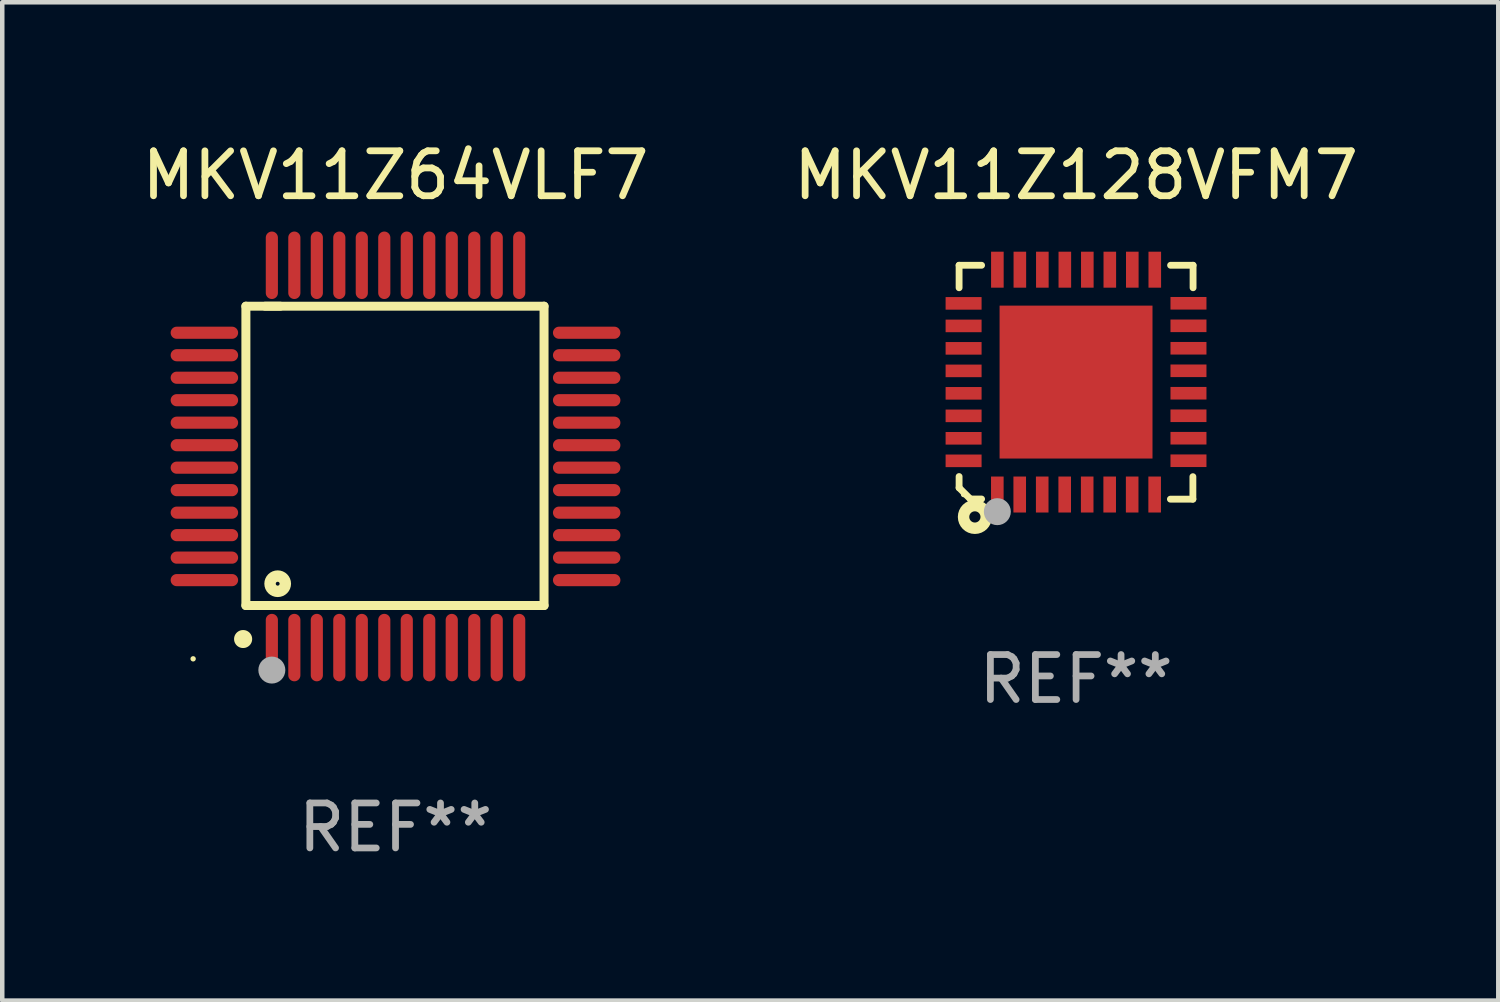
<source format=kicad_pcb>
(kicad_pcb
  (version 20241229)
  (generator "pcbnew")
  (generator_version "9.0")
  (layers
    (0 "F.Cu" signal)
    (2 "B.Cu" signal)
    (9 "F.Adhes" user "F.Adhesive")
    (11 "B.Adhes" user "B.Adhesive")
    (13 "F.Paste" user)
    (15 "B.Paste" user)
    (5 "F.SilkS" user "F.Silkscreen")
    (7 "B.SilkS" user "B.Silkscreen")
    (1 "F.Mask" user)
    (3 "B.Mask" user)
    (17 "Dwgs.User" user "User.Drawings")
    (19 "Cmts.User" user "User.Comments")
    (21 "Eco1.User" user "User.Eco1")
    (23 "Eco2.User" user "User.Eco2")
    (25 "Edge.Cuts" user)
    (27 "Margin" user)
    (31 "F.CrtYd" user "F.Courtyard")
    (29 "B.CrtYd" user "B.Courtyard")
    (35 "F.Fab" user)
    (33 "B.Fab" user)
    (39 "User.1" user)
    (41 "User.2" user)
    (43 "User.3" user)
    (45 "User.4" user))
  (footprint "MKV11Z64VLF7"
    (layer "F.Cu")
    (at 5.744 7.098)
    (property "Reference" "MKV11Z64VLF7" (at 0 -6.25 0) (layer "F.SilkS") (effects (font (size 1 1) (thickness 0.15))))
    (attr through_hole)
    (fp_line (start -3.327 -3.34) (end -2.565 -3.34) (stroke (width 0.2) (type solid)) (layer "F.SilkS"))
    (fp_line (start -3.327 3.315) (end -3.327 -3.34) (stroke (width 0.2) (type solid)) (layer "F.SilkS"))
    (fp_line (start -2.896 -3.34) (end 3.302 -3.34) (stroke (width 0.2) (type solid)) (layer "F.SilkS"))
    (fp_line (start 3.302 -3.34) (end 3.302 3.315) (stroke (width 0.2) (type solid)) (layer "F.SilkS"))
    (fp_line (start 3.302 3.315) (end -3.327 3.315) (stroke (width 0.2) (type solid)) (layer "F.SilkS"))
    (fp_arc (start -3.389992 4.059995) (mid -3.388722 4.059991) (end -3.387452 4.059995) (stroke (width 0.4) (type solid)) (layer "F.SilkS"))
    (fp_circle (center -4.5 4.5) (end -4.47 4.5) (stroke (width 0.06) (type solid)) (fill no) (layer "F.SilkS"))
    (fp_circle (center -2.62 2.83) (end -2.45 2.83) (stroke (width 0.254) (type solid)) (fill no) (layer "F.SilkS"))
    (fp_circle (center -2.75 4.75) (end -2.6 4.75) (stroke (width 0.3) (type solid)) (fill no) (layer "F.Fab"))
    (fp_text user "REF**" (at 0 8.25 0) (layer "F.Fab") (effects (font (size 1 1) (thickness 0.15))))
    (pad "1" smd oval (at -2.75 4.25) (size 0.27 1.5) (layers "F.Cu" "F.Mask" "F.Paste"))
    (pad "2" smd oval (at -2.25 4.25) (size 0.27 1.5) (layers "F.Cu" "F.Mask" "F.Paste"))
    (pad "3" smd oval (at -1.75 4.25) (size 0.27 1.5) (layers "F.Cu" "F.Mask" "F.Paste"))
    (pad "4" smd oval (at -1.25 4.25) (size 0.27 1.5) (layers "F.Cu" "F.Mask" "F.Paste"))
    (pad "5" smd oval (at -0.75 4.25) (size 0.27 1.5) (layers "F.Cu" "F.Mask" "F.Paste"))
    (pad "6" smd oval (at -0.25 4.25) (size 0.27 1.5) (layers "F.Cu" "F.Mask" "F.Paste"))
    (pad "7" smd oval (at 0.25 4.25) (size 0.27 1.5) (layers "F.Cu" "F.Mask" "F.Paste"))
    (pad "8" smd oval (at 0.75 4.25) (size 0.27 1.5) (layers "F.Cu" "F.Mask" "F.Paste"))
    (pad "9" smd oval (at 1.25 4.25) (size 0.27 1.5) (layers "F.Cu" "F.Mask" "F.Paste"))
    (pad "10" smd oval (at 1.75 4.25) (size 0.27 1.5) (layers "F.Cu" "F.Mask" "F.Paste"))
    (pad "11" smd oval (at 2.25 4.25) (size 0.27 1.5) (layers "F.Cu" "F.Mask" "F.Paste"))
    (pad "12" smd oval (at 2.75 4.25) (size 0.27 1.5) (layers "F.Cu" "F.Mask" "F.Paste"))
    (pad "13" smd oval (at 4.25 2.75) (size 1.5 0.27) (layers "F.Cu" "F.Mask" "F.Paste"))
    (pad "14" smd oval (at 4.25 2.25) (size 1.5 0.27) (layers "F.Cu" "F.Mask" "F.Paste"))
    (pad "15" smd oval (at 4.25 1.75) (size 1.5 0.27) (layers "F.Cu" "F.Mask" "F.Paste"))
    (pad "16" smd oval (at 4.25 1.25) (size 1.5 0.27) (layers "F.Cu" "F.Mask" "F.Paste"))
    (pad "17" smd oval (at 4.25 0.75) (size 1.5 0.27) (layers "F.Cu" "F.Mask" "F.Paste"))
    (pad "18" smd oval (at 4.25 0.25) (size 1.5 0.27) (layers "F.Cu" "F.Mask" "F.Paste"))
    (pad "19" smd oval (at 4.25 -0.25) (size 1.5 0.27) (layers "F.Cu" "F.Mask" "F.Paste"))
    (pad "20" smd oval (at 4.25 -0.75) (size 1.5 0.27) (layers "F.Cu" "F.Mask" "F.Paste"))
    (pad "21" smd oval (at 4.25 -1.25) (size 1.5 0.27) (layers "F.Cu" "F.Mask" "F.Paste"))
    (pad "22" smd oval (at 4.25 -1.75) (size 1.5 0.27) (layers "F.Cu" "F.Mask" "F.Paste"))
    (pad "23" smd oval (at 4.25 -2.25) (size 1.5 0.27) (layers "F.Cu" "F.Mask" "F.Paste"))
    (pad "24" smd oval (at 4.25 -2.75) (size 1.5 0.27) (layers "F.Cu" "F.Mask" "F.Paste"))
    (pad "25" smd oval (at 2.75 -4.25) (size 0.27 1.5) (layers "F.Cu" "F.Mask" "F.Paste"))
    (pad "26" smd oval (at 2.25 -4.25) (size 0.27 1.5) (layers "F.Cu" "F.Mask" "F.Paste"))
    (pad "27" smd oval (at 1.75 -4.25) (size 0.27 1.5) (layers "F.Cu" "F.Mask" "F.Paste"))
    (pad "28" smd oval (at 1.25 -4.25) (size 0.27 1.5) (layers "F.Cu" "F.Mask" "F.Paste"))
    (pad "29" smd oval (at 0.75 -4.25) (size 0.27 1.5) (layers "F.Cu" "F.Mask" "F.Paste"))
    (pad "30" smd oval (at 0.25 -4.25) (size 0.27 1.5) (layers "F.Cu" "F.Mask" "F.Paste"))
    (pad "31" smd oval (at -0.25 -4.25) (size 0.27 1.5) (layers "F.Cu" "F.Mask" "F.Paste"))
    (pad "32" smd oval (at -0.75 -4.25) (size 0.27 1.5) (layers "F.Cu" "F.Mask" "F.Paste"))
    (pad "33" smd oval (at -1.25 -4.25) (size 0.27 1.5) (layers "F.Cu" "F.Mask" "F.Paste"))
    (pad "34" smd oval (at -1.75 -4.25) (size 0.27 1.5) (layers "F.Cu" "F.Mask" "F.Paste"))
    (pad "35" smd oval (at -2.25 -4.25) (size 0.27 1.5) (layers "F.Cu" "F.Mask" "F.Paste"))
    (pad "36" smd oval (at -2.75 -4.25) (size 0.27 1.5) (layers "F.Cu" "F.Mask" "F.Paste"))
    (pad "37" smd oval (at -4.25 -2.75) (size 1.5 0.27) (layers "F.Cu" "F.Mask" "F.Paste"))
    (pad "38" smd oval (at -4.25 -2.25) (size 1.5 0.27) (layers "F.Cu" "F.Mask" "F.Paste"))
    (pad "39" smd oval (at -4.25 -1.75) (size 1.5 0.27) (layers "F.Cu" "F.Mask" "F.Paste"))
    (pad "40" smd oval (at -4.25 -1.25) (size 1.5 0.27) (layers "F.Cu" "F.Mask" "F.Paste"))
    (pad "41" smd oval (at -4.25 -0.75) (size 1.5 0.27) (layers "F.Cu" "F.Mask" "F.Paste"))
    (pad "42" smd oval (at -4.25 -0.25) (size 1.5 0.27) (layers "F.Cu" "F.Mask" "F.Paste"))
    (pad "43" smd oval (at -4.25 0.25) (size 1.5 0.27) (layers "F.Cu" "F.Mask" "F.Paste"))
    (pad "44" smd oval (at -4.25 0.75) (size 1.5 0.27) (layers "F.Cu" "F.Mask" "F.Paste"))
    (pad "45" smd oval (at -4.25 1.25) (size 1.5 0.27) (layers "F.Cu" "F.Mask" "F.Paste"))
    (pad "46" smd oval (at -4.25 1.75) (size 1.5 0.27) (layers "F.Cu" "F.Mask" "F.Paste"))
    (pad "47" smd oval (at -4.25 2.25) (size 1.5 0.27) (layers "F.Cu" "F.Mask" "F.Paste"))
    (pad "48" smd oval (at -4.25 2.75) (size 1.5 0.27) (layers "F.Cu" "F.Mask" "F.Paste")))
  (footprint "MKV11Z128VFM7"
    (layer "F.Cu")
    (at 20.875 5.448)
    (property "Reference" "MKV11Z128VFM7" (at 0 -4.6 0) (layer "F.SilkS") (effects (font (size 1 1) (thickness 0.15))))
    (attr through_hole)
    (fp_line (start -2.601 2.097) (end -2.601 2.347) (stroke (width 0.152) (type solid)) (layer "F.SilkS"))
    (fp_line (start -2.601 2.347) (end -2.351 2.597) (stroke (width 0.152) (type solid)) (layer "F.SilkS"))
    (fp_line (start -2.601 -2.6) (end -2.601 -2.1) (stroke (width 0.152) (type solid)) (layer "F.SilkS"))
    (fp_line (start -2.601 -2.6) (end -2.101 -2.6) (stroke (width 0.152) (type solid)) (layer "F.SilkS"))
    (fp_line (start -2.351 2.597) (end -2.101 2.597) (stroke (width 0.152) (type solid)) (layer "F.SilkS"))
    (fp_line (start 2.597 2.6) (end 2.097 2.6) (stroke (width 0.152) (type solid)) (layer "F.SilkS"))
    (fp_line (start 2.597 2.6) (end 2.597 2.1) (stroke (width 0.152) (type solid)) (layer "F.SilkS"))
    (fp_line (start 2.601 -2.6) (end 2.101 -2.6) (stroke (width 0.152) (type solid)) (layer "F.SilkS"))
    (fp_line (start 2.601 -2.6) (end 2.601 -2.1) (stroke (width 0.152) (type solid)) (layer "F.SilkS"))
    (fp_circle (center -2.501 2.497) (end -2.471 2.497) (stroke (width 0.06) (type solid)) (fill no) (layer "F.SilkS"))
    (fp_circle (center -2.25 2.995) (end -2.125 2.995) (stroke (width 0.254) (type solid)) (fill no) (layer "F.SilkS"))
    (fp_circle (center -1.751 2.878) (end -1.601 2.878) (stroke (width 0.3) (type solid)) (fill no) (layer "F.Fab"))
    (fp_text user "REF**" (at 0 6.6 0) (layer "F.Fab") (effects (font (size 1 1) (thickness 0.15))))
    (pad "1" smd rect (at -1.751 2.497) (size 0.28 0.8) (layers "F.Cu" "F.Mask" "F.Paste"))
    (pad "2" smd rect (at -1.253 2.497) (size 0.28 0.8) (layers "F.Cu" "F.Mask" "F.Paste"))
    (pad "3" smd rect (at -0.753 2.497) (size 0.28 0.8) (layers "F.Cu" "F.Mask" "F.Paste"))
    (pad "4" smd rect (at -0.253 2.497) (size 0.28 0.8) (layers "F.Cu" "F.Mask" "F.Paste"))
    (pad "5" smd rect (at 0.247 2.497) (size 0.28 0.8) (layers "F.Cu" "F.Mask" "F.Paste"))
    (pad "6" smd rect (at 0.747 2.497) (size 0.28 0.8) (layers "F.Cu" "F.Mask" "F.Paste"))
    (pad "7" smd rect (at 1.247 2.497) (size 0.28 0.8) (layers "F.Cu" "F.Mask" "F.Paste"))
    (pad "8" smd rect (at 1.747 2.497) (size 0.28 0.8) (layers "F.Cu" "F.Mask" "F.Paste"))
    (pad "9" smd rect (at 2.499 1.746) (size 0.8 0.28) (layers "F.Cu" "F.Mask" "F.Paste"))
    (pad "10" smd rect (at 2.499 1.245) (size 0.8 0.28) (layers "F.Cu" "F.Mask" "F.Paste"))
    (pad "11" smd rect (at 2.499 0.746) (size 0.8 0.28) (layers "F.Cu" "F.Mask" "F.Paste"))
    (pad "12" smd rect (at 2.499 0.245) (size 0.8 0.28) (layers "F.Cu" "F.Mask" "F.Paste"))
    (pad "13" smd rect (at 2.499 -0.254) (size 0.8 0.28) (layers "F.Cu" "F.Mask" "F.Paste"))
    (pad "14" smd rect (at 2.499 -0.755) (size 0.8 0.28) (layers "F.Cu" "F.Mask" "F.Paste"))
    (pad "15" smd rect (at 2.499 -1.254) (size 0.8 0.28) (layers "F.Cu" "F.Mask" "F.Paste"))
    (pad "16" smd rect (at 2.499 -1.755) (size 0.8 0.28) (layers "F.Cu" "F.Mask" "F.Paste"))
    (pad "17" smd rect (at 1.75 -2.502) (size 0.28 0.8) (layers "F.Cu" "F.Mask" "F.Paste"))
    (pad "18" smd rect (at 1.25 -2.502) (size 0.28 0.8) (layers "F.Cu" "F.Mask" "F.Paste"))
    (pad "19" smd rect (at 0.75 -2.502) (size 0.28 0.8) (layers "F.Cu" "F.Mask" "F.Paste"))
    (pad "20" smd rect (at 0.25 -2.502) (size 0.28 0.8) (layers "F.Cu" "F.Mask" "F.Paste"))
    (pad "21" smd rect (at -0.25 -2.502) (size 0.28 0.8) (layers "F.Cu" "F.Mask" "F.Paste"))
    (pad "22" smd rect (at -0.75 -2.502) (size 0.28 0.8) (layers "F.Cu" "F.Mask" "F.Paste"))
    (pad "23" smd rect (at -1.25 -2.502) (size 0.28 0.8) (layers "F.Cu" "F.Mask" "F.Paste"))
    (pad "24" smd rect (at -1.75 -2.502) (size 0.28 0.8) (layers "F.Cu" "F.Mask" "F.Paste"))
    (pad "25" smd rect (at -2.501 -1.753) (size 0.8 0.28) (layers "F.Cu" "F.Mask" "F.Paste"))
    (pad "26" smd rect (at -2.501 -1.252) (size 0.8 0.28) (layers "F.Cu" "F.Mask" "F.Paste"))
    (pad "27" smd rect (at -2.501 -0.753) (size 0.8 0.28) (layers "F.Cu" "F.Mask" "F.Paste"))
    (pad "28" smd rect (at -2.501 -0.252) (size 0.8 0.28) (layers "F.Cu" "F.Mask" "F.Paste"))
    (pad "29" smd rect (at -2.501 0.247) (size 0.8 0.28) (layers "F.Cu" "F.Mask" "F.Paste"))
    (pad "30" smd rect (at -2.501 0.748) (size 0.8 0.28) (layers "F.Cu" "F.Mask" "F.Paste"))
    (pad "31" smd rect (at -2.501 1.247) (size 0.8 0.28) (layers "F.Cu" "F.Mask" "F.Paste"))
    (pad "32" smd rect (at -2.501 1.748) (size 0.8 0.28) (layers "F.Cu" "F.Mask" "F.Paste"))
    (pad "33" smd rect (at -0.001 -0.003 180) (size 3.4 3.4) (layers "F.Cu" "F.Mask" "F.Paste")))
  (gr_rect
    (start -3 -3)
    (end 30.262 19.196)
    (stroke (width 0.1) (type default))
    (fill no)
    (layer "Edge.Cuts")))
</source>
